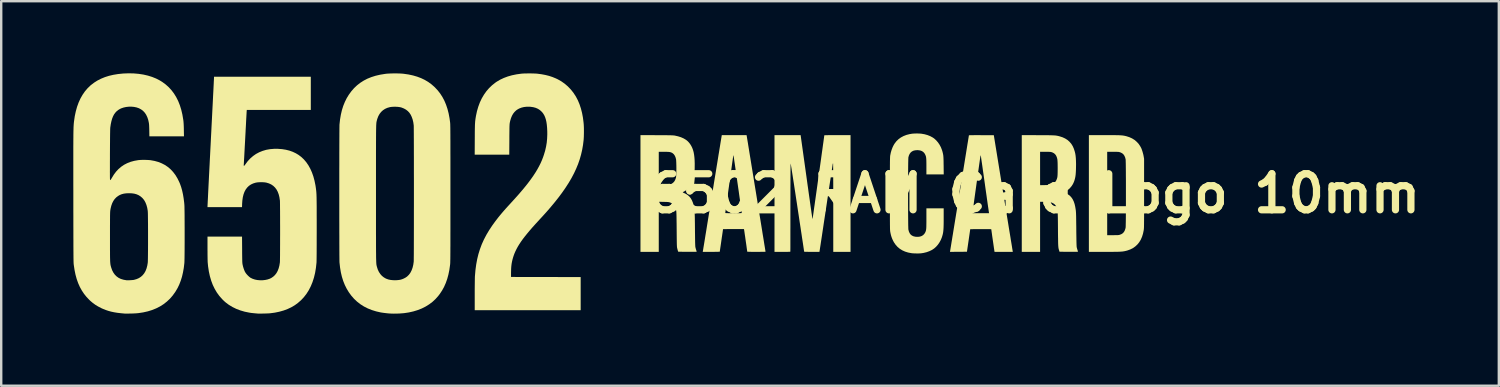
<source format=kicad_pcb>
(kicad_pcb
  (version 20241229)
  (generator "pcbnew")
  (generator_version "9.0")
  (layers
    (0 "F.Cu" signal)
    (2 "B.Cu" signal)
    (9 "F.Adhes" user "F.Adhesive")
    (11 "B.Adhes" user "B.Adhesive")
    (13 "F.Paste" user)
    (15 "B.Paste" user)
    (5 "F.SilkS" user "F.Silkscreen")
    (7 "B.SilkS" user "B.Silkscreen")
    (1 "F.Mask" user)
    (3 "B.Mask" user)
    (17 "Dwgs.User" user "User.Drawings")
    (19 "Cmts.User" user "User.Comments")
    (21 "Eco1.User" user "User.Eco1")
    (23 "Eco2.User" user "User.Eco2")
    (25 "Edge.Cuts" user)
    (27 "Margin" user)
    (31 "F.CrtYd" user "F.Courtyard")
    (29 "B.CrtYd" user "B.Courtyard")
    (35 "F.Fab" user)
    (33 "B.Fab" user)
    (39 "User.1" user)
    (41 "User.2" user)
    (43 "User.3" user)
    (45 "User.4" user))
  (footprint "6502 RAM Card Logo 10mm"
    (layer "F.Cu")
    (at 39.973 5)
    (property "Reference" "6502 RAM Card Logo 10mm" (at 0 0 0) (layer "F.SilkS") (effects (font (size 1.5 1.5) (thickness 0.3))))
    (attr board_only exclude_from_pos_files exclude_from_bom)
    (fp_poly (pts (xy 3.053 -2.428) (xy 3.167 -2.428) (xy 3.267 -2.428) (xy 3.354 -2.427) (xy 3.429 -2.426) (xy 3.494 -2.425) (xy 3.551 -2.423) (xy 3.599 -2.42) (xy 3.642 -2.417) (xy 3.679 -2.414) (xy 3.712 -2.409) (xy 3.744 -2.404) (xy 3.774 -2.398) (xy 3.805 -2.391) (xy 3.837 -2.383) (xy 3.839 -2.383) (xy 3.964 -2.343) (xy 4.078 -2.291) (xy 4.181 -2.227) (xy 4.272 -2.149) (xy 4.353 -2.06) (xy 4.421 -1.957) (xy 4.45 -1.905) (xy 4.47 -1.861) (xy 4.49 -1.805) (xy 4.511 -1.741) (xy 4.53 -1.674) (xy 4.547 -1.608) (xy 4.558 -1.551) (xy 4.577 -1.443) (xy 4.577 -0.008) (xy 4.577 0.175) (xy 4.577 0.342) (xy 4.577 0.493) (xy 4.577 0.631) (xy 4.577 0.754) (xy 4.577 0.865) (xy 4.577 0.963) (xy 4.576 1.05) (xy 4.576 1.127) (xy 4.575 1.194) (xy 4.575 1.252) (xy 4.574 1.302) (xy 4.573 1.345) (xy 4.573 1.381) (xy 4.572 1.412) (xy 4.57 1.438) (xy 4.569 1.46) (xy 4.568 1.478) (xy 4.566 1.494) (xy 4.564 1.509) (xy 4.562 1.523) (xy 4.562 1.527) (xy 4.532 1.671) (xy 4.492 1.801) (xy 4.44 1.92) (xy 4.376 2.026) (xy 4.301 2.119) (xy 4.215 2.2) (xy 4.117 2.269) (xy 4.007 2.326) (xy 3.886 2.37) (xy 3.839 2.383) (xy 3.806 2.391) (xy 3.775 2.398) (xy 3.745 2.404) (xy 3.714 2.409) (xy 3.68 2.414) (xy 3.643 2.417) (xy 3.601 2.42) (xy 3.553 2.423) (xy 3.497 2.425) (xy 3.432 2.426) (xy 3.357 2.427) (xy 3.271 2.428) (xy 3.171 2.428) (xy 3.058 2.428) (xy 2.929 2.428) (xy 2.923 2.428) (xy 2.28 2.428) (xy 2.28 0) (xy 3.042 0) (xy 3.042 1.735) (xy 3.276 1.735) (xy 3.346 1.734) (xy 3.403 1.734) (xy 3.447 1.733) (xy 3.481 1.732) (xy 3.508 1.73) (xy 3.529 1.727) (xy 3.548 1.723) (xy 3.567 1.717) (xy 3.634 1.691) (xy 3.689 1.655) (xy 3.734 1.607) (xy 3.769 1.548) (xy 3.796 1.474) (xy 3.809 1.419) (xy 3.81 1.401) (xy 3.812 1.368) (xy 3.813 1.321) (xy 3.814 1.259) (xy 3.816 1.186) (xy 3.817 1.101) (xy 3.818 1.006) (xy 3.819 0.901) (xy 3.819 0.789) (xy 3.82 0.67) (xy 3.82 0.546) (xy 3.821 0.416) (xy 3.821 0.283) (xy 3.821 0.148) (xy 3.821 0.012) (xy 3.821 -0.124) (xy 3.821 -0.26) (xy 3.821 -0.393) (xy 3.821 -0.523) (xy 3.82 -0.649) (xy 3.819 -0.769) (xy 3.819 -0.882) (xy 3.818 -0.988) (xy 3.817 -1.085) (xy 3.816 -1.172) (xy 3.815 -1.247) (xy 3.813 -1.311) (xy 3.812 -1.361) (xy 3.811 -1.397) (xy 3.809 -1.417) (xy 3.809 -1.419) (xy 3.788 -1.501) (xy 3.758 -1.569) (xy 3.72 -1.625) (xy 3.672 -1.668) (xy 3.612 -1.701) (xy 3.567 -1.717) (xy 3.548 -1.723) (xy 3.529 -1.727) (xy 3.507 -1.73) (xy 3.48 -1.732) (xy 3.446 -1.733) (xy 3.402 -1.734) (xy 3.346 -1.734) (xy 3.276 -1.735) (xy 3.042 -1.735) (xy 3.042 0) (xy 2.28 0) (xy 2.28 -2.428) (xy 2.923 -2.428)) (stroke (width 0) (type solid)) (fill yes) (layer "F.SilkS"))
    (fp_poly (pts (xy -2.28 -2.427) (xy -2.194 -2.426) (xy -1.675 -2.424) (xy -1.285 -0.025) (xy -1.252 0.174) (xy -1.221 0.369) (xy -1.19 0.559) (xy -1.16 0.744) (xy -1.131 0.923) (xy -1.103 1.094) (xy -1.076 1.259) (xy -1.051 1.415) (xy -1.027 1.562) (xy -1.004 1.699) (xy -0.983 1.826) (xy -0.965 1.943) (xy -0.947 2.047) (xy -0.932 2.14) (xy -0.919 2.22) (xy -0.909 2.286) (xy -0.9 2.337) (xy -0.894 2.374) (xy -0.891 2.396) (xy -0.89 2.401) (xy -0.885 2.428) (xy -1.265 2.428) (xy -1.644 2.428) (xy -1.649 2.405) (xy -1.651 2.393) (xy -1.655 2.366) (xy -1.661 2.326) (xy -1.669 2.276) (xy -1.677 2.217) (xy -1.687 2.15) (xy -1.697 2.079) (xy -1.708 2.004) (xy -1.719 1.927) (xy -1.73 1.852) (xy -1.741 1.778) (xy -1.75 1.709) (xy -1.759 1.646) (xy -1.767 1.591) (xy -1.773 1.546) (xy -1.778 1.512) (xy -1.781 1.492) (xy -1.781 1.488) (xy -1.789 1.486) (xy -1.813 1.485) (xy -1.85 1.484) (xy -1.9 1.483) (xy -1.961 1.483) (xy -2.032 1.482) (xy -2.11 1.482) (xy -2.194 1.483) (xy -2.218 1.483) (xy -2.656 1.485) (xy -2.724 1.954) (xy -2.793 2.424) (xy -3.146 2.426) (xy -3.5 2.429) (xy -3.495 2.405) (xy -3.493 2.394) (xy -3.489 2.367) (xy -3.482 2.325) (xy -3.473 2.269) (xy -3.461 2.199) (xy -3.448 2.117) (xy -3.433 2.023) (xy -3.415 1.918) (xy -3.397 1.803) (xy -3.376 1.679) (xy -3.355 1.546) (xy -3.332 1.406) (xy -3.308 1.258) (xy -3.283 1.105) (xy -3.257 0.946) (xy -3.237 0.821) (xy -2.565 0.821) (xy -2.219 0.821) (xy -1.873 0.821) (xy -1.878 0.797) (xy -1.879 0.786) (xy -1.883 0.76) (xy -1.889 0.718) (xy -1.897 0.663) (xy -1.907 0.594) (xy -1.919 0.514) (xy -1.932 0.423) (xy -1.946 0.322) (xy -1.962 0.212) (xy -1.978 0.094) (xy -1.996 -0.031) (xy -2.015 -0.163) (xy -2.034 -0.299) (xy -2.048 -0.402) (xy -2.068 -0.541) (xy -2.087 -0.675) (xy -2.105 -0.804) (xy -2.123 -0.926) (xy -2.139 -1.041) (xy -2.154 -1.148) (xy -2.168 -1.245) (xy -2.181 -1.331) (xy -2.192 -1.407) (xy -2.201 -1.47) (xy -2.208 -1.52) (xy -2.214 -1.556) (xy -2.217 -1.576) (xy -2.218 -1.582) (xy -2.226 -1.58) (xy -2.227 -1.579) (xy -2.229 -1.57) (xy -2.233 -1.545) (xy -2.239 -1.506) (xy -2.247 -1.452) (xy -2.257 -1.386) (xy -2.268 -1.307) (xy -2.281 -1.218) (xy -2.295 -1.118) (xy -2.31 -1.01) (xy -2.327 -0.893) (xy -2.344 -0.769) (xy -2.362 -0.638) (xy -2.381 -0.503) (xy -2.396 -0.399) (xy -2.415 -0.26) (xy -2.434 -0.125) (xy -2.452 0.004) (xy -2.469 0.128) (xy -2.485 0.243) (xy -2.5 0.351) (xy -2.513 0.45) (xy -2.526 0.538) (xy -2.536 0.615) (xy -2.545 0.679) (xy -2.552 0.731) (xy -2.558 0.769) (xy -2.561 0.791) (xy -2.562 0.797) (xy -2.565 0.821) (xy -3.237 0.821) (xy -3.23 0.782) (xy -3.203 0.615) (xy -3.176 0.445) (xy -3.148 0.273) (xy -3.119 0.099) (xy -3.091 -0.075) (xy -3.063 -0.248) (xy -3.035 -0.421) (xy -3.007 -0.592) (xy -2.98 -0.759) (xy -2.953 -0.924) (xy -2.927 -1.084) (xy -2.902 -1.239) (xy -2.878 -1.388) (xy -2.855 -1.53) (xy -2.833 -1.664) (xy -2.813 -1.79) (xy -2.794 -1.908) (xy -2.777 -2.015) (xy -2.761 -2.111) (xy -2.747 -2.196) (xy -2.736 -2.268) (xy -2.726 -2.327) (xy -2.719 -2.372) (xy -2.714 -2.402) (xy -2.712 -2.417) (xy -2.712 -2.418) (xy -2.708 -2.421) (xy -2.695 -2.422) (xy -2.672 -2.424) (xy -2.639 -2.425) (xy -2.594 -2.426) (xy -2.537 -2.426) (xy -2.466 -2.427) (xy -2.381 -2.427)) (stroke (width 0) (type solid)) (fill yes) (layer "F.SilkS"))
    (fp_poly (pts (xy 0.163 -2.426) (xy 0.291 -2.426) (xy 0.403 -2.425) (xy 0.501 -2.424) (xy 0.585 -2.424) (xy 0.659 -2.423) (xy 0.721 -2.421) (xy 0.775 -2.42) (xy 0.821 -2.417) (xy 0.86 -2.415) (xy 0.895 -2.412) (xy 0.925 -2.408) (xy 0.953 -2.403) (xy 0.98 -2.398) (xy 1.006 -2.392) (xy 1.035 -2.385) (xy 1.064 -2.377) (xy 1.185 -2.338) (xy 1.293 -2.288) (xy 1.389 -2.227) (xy 1.472 -2.154) (xy 1.545 -2.07) (xy 1.606 -1.973) (xy 1.655 -1.863) (xy 1.694 -1.741) (xy 1.713 -1.663) (xy 1.727 -1.576) (xy 1.737 -1.473) (xy 1.743 -1.355) (xy 1.746 -1.222) (xy 1.744 -1.074) (xy 1.744 -1.066) (xy 1.741 -0.96) (xy 1.736 -0.869) (xy 1.73 -0.789) (xy 1.721 -0.718) (xy 1.709 -0.654) (xy 1.694 -0.593) (xy 1.676 -0.533) (xy 1.657 -0.48) (xy 1.616 -0.392) (xy 1.562 -0.307) (xy 1.497 -0.23) (xy 1.425 -0.162) (xy 1.346 -0.106) (xy 1.284 -0.073) (xy 1.259 -0.06) (xy 1.25 -0.049) (xy 1.256 -0.04) (xy 1.271 -0.033) (xy 1.36 0.008) (xy 1.438 0.056) (xy 1.506 0.111) (xy 1.563 0.176) (xy 1.612 0.252) (xy 1.653 0.339) (xy 1.686 0.438) (xy 1.712 0.552) (xy 1.731 0.668) (xy 1.735 0.693) (xy 1.738 0.718) (xy 1.74 0.744) (xy 1.742 0.772) (xy 1.744 0.804) (xy 1.746 0.842) (xy 1.747 0.885) (xy 1.749 0.936) (xy 1.75 0.996) (xy 1.751 1.066) (xy 1.752 1.148) (xy 1.753 1.243) (xy 1.755 1.352) (xy 1.756 1.476) (xy 1.756 1.489) (xy 1.757 1.626) (xy 1.759 1.75) (xy 1.761 1.861) (xy 1.762 1.959) (xy 1.764 2.042) (xy 1.766 2.111) (xy 1.768 2.165) (xy 1.77 2.203) (xy 1.772 2.225) (xy 1.772 2.227) (xy 1.78 2.261) (xy 1.791 2.303) (xy 1.805 2.348) (xy 1.818 2.388) (xy 1.827 2.414) (xy 1.828 2.417) (xy 1.826 2.42) (xy 1.82 2.422) (xy 1.809 2.424) (xy 1.79 2.425) (xy 1.763 2.426) (xy 1.727 2.427) (xy 1.679 2.427) (xy 1.619 2.427) (xy 1.545 2.427) (xy 1.455 2.426) (xy 1.446 2.426) (xy 1.058 2.424) (xy 1.043 2.373) (xy 1.035 2.349) (xy 1.029 2.327) (xy 1.023 2.306) (xy 1.018 2.284) (xy 1.014 2.26) (xy 1.011 2.234) (xy 1.008 2.203) (xy 1.005 2.167) (xy 1.003 2.124) (xy 1.001 2.074) (xy 1 2.014) (xy 0.999 1.944) (xy 0.998 1.862) (xy 0.996 1.768) (xy 0.995 1.659) (xy 0.994 1.536) (xy 0.994 1.493) (xy 0.993 1.365) (xy 0.992 1.252) (xy 0.991 1.153) (xy 0.99 1.068) (xy 0.989 0.995) (xy 0.987 0.934) (xy 0.986 0.882) (xy 0.985 0.84) (xy 0.983 0.805) (xy 0.981 0.776) (xy 0.979 0.753) (xy 0.977 0.735) (xy 0.975 0.719) (xy 0.974 0.717) (xy 0.955 0.632) (xy 0.931 0.562) (xy 0.9 0.504) (xy 0.862 0.458) (xy 0.814 0.42) (xy 0.756 0.39) (xy 0.706 0.371) (xy 0.687 0.365) (xy 0.667 0.36) (xy 0.643 0.357) (xy 0.614 0.354) (xy 0.576 0.352) (xy 0.527 0.351) (xy 0.464 0.349) (xy 0.451 0.349) (xy 0.25 0.345) (xy 0.25 1.387) (xy 0.25 2.428) (xy -0.131 2.428) (xy -0.512 2.428) (xy -0.512 -0.000421) (xy -0.512 -1.04) (xy 0.25 -1.04) (xy 0.25 -0.345) (xy 0.451 -0.349) (xy 0.52 -0.351) (xy 0.574 -0.353) (xy 0.617 -0.355) (xy 0.65 -0.358) (xy 0.675 -0.362) (xy 0.695 -0.367) (xy 0.698 -0.368) (xy 0.774 -0.398) (xy 0.836 -0.438) (xy 0.887 -0.489) (xy 0.926 -0.551) (xy 0.955 -0.626) (xy 0.966 -0.668) (xy 0.971 -0.698) (xy 0.975 -0.742) (xy 0.978 -0.797) (xy 0.98 -0.862) (xy 0.981 -0.933) (xy 0.982 -1.008) (xy 0.982 -1.085) (xy 0.981 -1.161) (xy 0.98 -1.233) (xy 0.978 -1.298) (xy 0.975 -1.355) (xy 0.971 -1.4) (xy 0.967 -1.432) (xy 0.967 -1.433) (xy 0.944 -1.514) (xy 0.914 -1.58) (xy 0.875 -1.633) (xy 0.826 -1.675) (xy 0.766 -1.706) (xy 0.733 -1.718) (xy 0.715 -1.723) (xy 0.695 -1.727) (xy 0.673 -1.73) (xy 0.645 -1.732) (xy 0.608 -1.733) (xy 0.561 -1.734) (xy 0.501 -1.734) (xy 0.464 -1.735) (xy 0.25 -1.735) (xy 0.25 -1.04) (xy -0.512 -1.04) (xy -0.512 -2.429)) (stroke (width 0) (type solid)) (fill yes) (layer "F.SilkS"))
    (fp_poly (pts (xy -15.702 -2.426) (xy -15.576 -2.426) (xy -15.467 -2.425) (xy -15.372 -2.424) (xy -15.29 -2.424) (xy -15.221 -2.423) (xy -15.162 -2.422) (xy -15.113 -2.421) (xy -15.072 -2.42) (xy -15.039 -2.418) (xy -15.011 -2.416) (xy -14.988 -2.414) (xy -14.969 -2.412) (xy -14.952 -2.41) (xy -14.946 -2.409) (xy -14.811 -2.378) (xy -14.688 -2.339) (xy -14.58 -2.291) (xy -14.485 -2.234) (xy -14.405 -2.169) (xy -14.358 -2.118) (xy -14.306 -2.05) (xy -14.261 -1.977) (xy -14.223 -1.899) (xy -14.191 -1.814) (xy -14.165 -1.721) (xy -14.146 -1.619) (xy -14.132 -1.505) (xy -14.123 -1.38) (xy -14.119 -1.241) (xy -14.12 -1.087) (xy -14.12 -1.053) (xy -14.124 -0.942) (xy -14.13 -0.845) (xy -14.138 -0.76) (xy -14.149 -0.685) (xy -14.164 -0.616) (xy -14.182 -0.551) (xy -14.204 -0.489) (xy -14.211 -0.471) (xy -14.259 -0.373) (xy -14.321 -0.282) (xy -14.395 -0.202) (xy -14.478 -0.133) (xy -14.57 -0.078) (xy -14.585 -0.071) (xy -14.608 -0.058) (xy -14.615 -0.048) (xy -14.606 -0.039) (xy -14.593 -0.033) (xy -14.497 0.012) (xy -14.414 0.065) (xy -14.343 0.127) (xy -14.284 0.2) (xy -14.235 0.285) (xy -14.195 0.383) (xy -14.177 0.441) (xy -14.167 0.478) (xy -14.158 0.513) (xy -14.151 0.547) (xy -14.144 0.583) (xy -14.138 0.62) (xy -14.133 0.661) (xy -14.128 0.706) (xy -14.124 0.758) (xy -14.121 0.816) (xy -14.119 0.883) (xy -14.116 0.959) (xy -14.114 1.046) (xy -14.113 1.145) (xy -14.111 1.258) (xy -14.11 1.386) (xy -14.109 1.493) (xy -14.108 1.621) (xy -14.106 1.732) (xy -14.105 1.83) (xy -14.104 1.913) (xy -14.103 1.984) (xy -14.102 2.044) (xy -14.1 2.094) (xy -14.099 2.135) (xy -14.097 2.168) (xy -14.096 2.195) (xy -14.094 2.216) (xy -14.091 2.232) (xy -14.089 2.246) (xy -14.088 2.248) (xy -14.071 2.312) (xy -14.05 2.377) (xy -14.037 2.414) (xy -14.036 2.417) (xy -14.038 2.42) (xy -14.044 2.422) (xy -14.056 2.424) (xy -14.074 2.425) (xy -14.101 2.426) (xy -14.138 2.427) (xy -14.185 2.427) (xy -14.246 2.427) (xy -14.32 2.427) (xy -14.409 2.426) (xy -14.418 2.426) (xy -14.805 2.424) (xy -14.817 2.39) (xy -14.825 2.366) (xy -14.834 2.332) (xy -14.844 2.294) (xy -14.846 2.284) (xy -14.85 2.271) (xy -14.852 2.257) (xy -14.855 2.242) (xy -14.857 2.224) (xy -14.859 2.202) (xy -14.86 2.175) (xy -14.862 2.142) (xy -14.863 2.101) (xy -14.864 2.051) (xy -14.865 1.992) (xy -14.866 1.922) (xy -14.867 1.84) (xy -14.868 1.744) (xy -14.869 1.634) (xy -14.87 1.509) (xy -14.87 1.502) (xy -14.871 1.372) (xy -14.872 1.258) (xy -14.874 1.159) (xy -14.875 1.073) (xy -14.876 0.999) (xy -14.877 0.937) (xy -14.878 0.885) (xy -14.88 0.842) (xy -14.881 0.806) (xy -14.883 0.777) (xy -14.885 0.754) (xy -14.887 0.735) (xy -14.89 0.719) (xy -14.89 0.717) (xy -14.91 0.632) (xy -14.934 0.562) (xy -14.964 0.504) (xy -15.003 0.458) (xy -15.05 0.42) (xy -15.109 0.389) (xy -15.158 0.371) (xy -15.178 0.365) (xy -15.198 0.36) (xy -15.221 0.357) (xy -15.251 0.354) (xy -15.289 0.352) (xy -15.338 0.351) (xy -15.401 0.349) (xy -15.414 0.349) (xy -15.615 0.345) (xy -15.615 1.387) (xy -15.615 2.428) (xy -15.996 2.428) (xy -16.376 2.428) (xy -16.376 -0.000421) (xy -16.376 -1.04) (xy -15.615 -1.04) (xy -15.615 -0.345) (xy -15.414 -0.349) (xy -15.345 -0.351) (xy -15.29 -0.353) (xy -15.248 -0.355) (xy -15.215 -0.358) (xy -15.19 -0.362) (xy -15.17 -0.367) (xy -15.166 -0.368) (xy -15.09 -0.399) (xy -15.027 -0.44) (xy -14.976 -0.491) (xy -14.937 -0.555) (xy -14.908 -0.632) (xy -14.898 -0.668) (xy -14.894 -0.698) (xy -14.89 -0.742) (xy -14.887 -0.797) (xy -14.885 -0.862) (xy -14.883 -0.933) (xy -14.882 -1.008) (xy -14.882 -1.085) (xy -14.883 -1.161) (xy -14.885 -1.233) (xy -14.887 -1.298) (xy -14.89 -1.355) (xy -14.893 -1.401) (xy -14.898 -1.432) (xy -14.898 -1.433) (xy -14.921 -1.514) (xy -14.953 -1.582) (xy -14.994 -1.638) (xy -15.043 -1.679) (xy -15.064 -1.692) (xy -15.091 -1.704) (xy -15.118 -1.714) (xy -15.147 -1.722) (xy -15.181 -1.727) (xy -15.223 -1.731) (xy -15.275 -1.733) (xy -15.339 -1.734) (xy -15.405 -1.735) (xy -15.615 -1.735) (xy -15.615 -1.04) (xy -16.376 -1.04) (xy -16.376 -2.429)) (stroke (width 0) (type solid)) (fill yes) (layer "F.SilkS"))
    (fp_poly (pts (xy -20.916 -4.995) (xy -20.841 -4.993) (xy -20.772 -4.991) (xy -20.714 -4.988) (xy -20.675 -4.985) (xy -20.498 -4.962) (xy -20.334 -4.931) (xy -20.181 -4.893) (xy -20.036 -4.845) (xy -19.897 -4.788) (xy -19.817 -4.75) (xy -19.67 -4.667) (xy -19.531 -4.569) (xy -19.401 -4.458) (xy -19.281 -4.334) (xy -19.172 -4.199) (xy -19.075 -4.052) (xy -19.06 -4.027) (xy -18.981 -3.877) (xy -18.913 -3.714) (xy -18.855 -3.539) (xy -18.807 -3.353) (xy -18.77 -3.157) (xy -18.744 -2.952) (xy -18.737 -2.877) (xy -18.733 -2.805) (xy -18.73 -2.721) (xy -18.729 -2.63) (xy -18.729 -2.536) (xy -18.731 -2.443) (xy -18.733 -2.355) (xy -18.738 -2.276) (xy -18.741 -2.229) (xy -18.766 -2.023) (xy -18.801 -1.821) (xy -18.847 -1.621) (xy -18.903 -1.424) (xy -18.971 -1.228) (xy -19.051 -1.033) (xy -19.143 -0.836) (xy -19.247 -0.639) (xy -19.365 -0.439) (xy -19.496 -0.236) (xy -19.641 -0.028) (xy -19.8 0.184) (xy -19.974 0.402) (xy -20.041 0.482) (xy -20.107 0.561) (xy -20.171 0.636) (xy -20.236 0.711) (xy -20.304 0.788) (xy -20.377 0.869) (xy -20.456 0.956) (xy -20.545 1.052) (xy -20.59 1.101) (xy -20.732 1.256) (xy -20.862 1.4) (xy -20.98 1.536) (xy -21.086 1.663) (xy -21.183 1.783) (xy -21.27 1.896) (xy -21.347 2.004) (xy -21.416 2.108) (xy -21.477 2.208) (xy -21.53 2.305) (xy -21.577 2.4) (xy -21.618 2.494) (xy -21.653 2.589) (xy -21.683 2.684) (xy -21.702 2.754) (xy -21.723 2.845) (xy -21.739 2.936) (xy -21.75 3.029) (xy -21.757 3.131) (xy -21.76 3.244) (xy -21.761 3.274) (xy -21.762 3.473) (xy -20.313 3.475) (xy -18.864 3.478) (xy -18.864 4.167) (xy -18.864 4.857) (xy -21.068 4.857) (xy -23.272 4.857) (xy -23.272 4.21) (xy -23.272 4.103) (xy -23.272 3.998) (xy -23.271 3.897) (xy -23.27 3.801) (xy -23.269 3.712) (xy -23.268 3.632) (xy -23.267 3.562) (xy -23.266 3.505) (xy -23.265 3.461) (xy -23.263 3.434) (xy -23.242 3.188) (xy -23.211 2.956) (xy -23.17 2.734) (xy -23.118 2.521) (xy -23.054 2.315) (xy -22.979 2.114) (xy -22.89 1.917) (xy -22.788 1.721) (xy -22.671 1.526) (xy -22.54 1.328) (xy -22.43 1.176) (xy -22.363 1.088) (xy -22.296 1.001) (xy -22.226 0.915) (xy -22.152 0.826) (xy -22.073 0.734) (xy -21.987 0.636) (xy -21.892 0.531) (xy -21.786 0.416) (xy -21.762 0.389) (xy -21.594 0.205) (xy -21.439 0.031) (xy -21.296 -0.136) (xy -21.165 -0.294) (xy -21.046 -0.445) (xy -20.937 -0.591) (xy -20.838 -0.731) (xy -20.749 -0.867) (xy -20.669 -0.999) (xy -20.598 -1.128) (xy -20.534 -1.255) (xy -20.478 -1.381) (xy -20.429 -1.507) (xy -20.393 -1.612) (xy -20.342 -1.782) (xy -20.304 -1.948) (xy -20.276 -2.113) (xy -20.26 -2.282) (xy -20.253 -2.458) (xy -20.254 -2.589) (xy -20.261 -2.734) (xy -20.273 -2.864) (xy -20.29 -2.979) (xy -20.314 -3.083) (xy -20.344 -3.174) (xy -20.38 -3.255) (xy -20.424 -3.327) (xy -20.474 -3.391) (xy -20.484 -3.4) (xy -20.558 -3.468) (xy -20.641 -3.522) (xy -20.734 -3.563) (xy -20.837 -3.591) (xy -20.951 -3.607) (xy -20.988 -3.61) (xy -21.109 -3.61) (xy -21.224 -3.597) (xy -21.33 -3.571) (xy -21.427 -3.533) (xy -21.513 -3.483) (xy -21.55 -3.455) (xy -21.617 -3.391) (xy -21.675 -3.317) (xy -21.723 -3.232) (xy -21.763 -3.135) (xy -21.796 -3.023) (xy -21.81 -2.959) (xy -21.814 -2.942) (xy -21.816 -2.925) (xy -21.819 -2.906) (xy -21.821 -2.885) (xy -21.823 -2.86) (xy -21.824 -2.83) (xy -21.826 -2.794) (xy -21.827 -2.749) (xy -21.828 -2.695) (xy -21.828 -2.631) (xy -21.829 -2.556) (xy -21.83 -2.467) (xy -21.831 -2.364) (xy -21.831 -2.245) (xy -21.831 -2.244) (xy -21.835 -1.616) (xy -22.554 -1.616) (xy -23.273 -1.616) (xy -23.27 -2.257) (xy -23.269 -2.384) (xy -23.269 -2.495) (xy -23.268 -2.592) (xy -23.267 -2.677) (xy -23.265 -2.751) (xy -23.264 -2.815) (xy -23.262 -2.872) (xy -23.259 -2.922) (xy -23.256 -2.967) (xy -23.253 -3.009) (xy -23.248 -3.048) (xy -23.243 -3.088) (xy -23.237 -3.128) (xy -23.23 -3.171) (xy -23.222 -3.217) (xy -23.221 -3.224) (xy -23.179 -3.423) (xy -23.124 -3.611) (xy -23.058 -3.789) (xy -22.979 -3.956) (xy -22.888 -4.111) (xy -22.786 -4.255) (xy -22.672 -4.387) (xy -22.546 -4.507) (xy -22.41 -4.614) (xy -22.358 -4.65) (xy -22.216 -4.734) (xy -22.063 -4.806) (xy -21.898 -4.868) (xy -21.721 -4.918) (xy -21.532 -4.957) (xy -21.33 -4.985) (xy -21.326 -4.985) (xy -21.28 -4.989) (xy -21.221 -4.992) (xy -21.151 -4.994) (xy -21.075 -4.995) (xy -20.995 -4.995)) (stroke (width 0) (type solid)) (fill yes) (layer "F.SilkS"))
    (fp_poly (pts (xy -9.47 -0.693) (xy -9.447 -0.524) (xy -9.424 -0.359) (xy -9.401 -0.199) (xy -9.38 -0.046) (xy -9.359 0.101) (xy -9.339 0.24) (xy -9.321 0.371) (xy -9.304 0.493) (xy -9.288 0.605) (xy -9.273 0.706) (xy -9.261 0.795) (xy -9.249 0.872) (xy -9.24 0.936) (xy -9.233 0.987) (xy -9.227 1.022) (xy -9.224 1.043) (xy -9.223 1.047) (xy -9.215 1.048) (xy -9.214 1.048) (xy -9.213 1.039) (xy -9.209 1.015) (xy -9.204 0.976) (xy -9.196 0.923) (xy -9.186 0.857) (xy -9.175 0.779) (xy -9.163 0.69) (xy -9.149 0.591) (xy -9.133 0.482) (xy -9.117 0.366) (xy -9.099 0.242) (xy -9.081 0.112) (xy -9.062 -0.023) (xy -9.042 -0.163) (xy -9.022 -0.306) (xy -9.002 -0.452) (xy -8.981 -0.599) (xy -8.96 -0.746) (xy -8.94 -0.894) (xy -8.919 -1.04) (xy -8.899 -1.183) (xy -8.879 -1.324) (xy -8.86 -1.46) (xy -8.842 -1.591) (xy -8.825 -1.716) (xy -8.808 -1.834) (xy -8.793 -1.944) (xy -8.779 -2.045) (xy -8.766 -2.136) (xy -8.755 -2.216) (xy -8.746 -2.284) (xy -8.738 -2.34) (xy -8.733 -2.382) (xy -8.729 -2.409) (xy -8.728 -2.42) (xy -8.728 -2.421) (xy -8.719 -2.422) (xy -8.695 -2.423) (xy -8.656 -2.425) (xy -8.604 -2.426) (xy -8.539 -2.427) (xy -8.463 -2.427) (xy -8.377 -2.428) (xy -8.281 -2.428) (xy -8.182 -2.428) (xy -7.636 -2.428) (xy -7.636 0) (xy -7.636 2.428) (xy -7.996 2.428) (xy -8.355 2.428) (xy -8.355 0.588) (xy -8.355 0.357) (xy -8.355 0.142) (xy -8.356 -0.059) (xy -8.356 -0.245) (xy -8.356 -0.416) (xy -8.357 -0.571) (xy -8.357 -0.711) (xy -8.358 -0.835) (xy -8.358 -0.943) (xy -8.359 -1.036) (xy -8.36 -1.112) (xy -8.361 -1.172) (xy -8.361 -1.215) (xy -8.362 -1.242) (xy -8.363 -1.252) (xy -8.364 -1.252) (xy -8.372 -1.245) (xy -8.376 -1.233) (xy -8.378 -1.223) (xy -8.382 -1.197) (xy -8.388 -1.156) (xy -8.396 -1.1) (xy -8.407 -1.031) (xy -8.419 -0.949) (xy -8.434 -0.855) (xy -8.45 -0.749) (xy -8.467 -0.633) (xy -8.486 -0.507) (xy -8.507 -0.372) (xy -8.528 -0.229) (xy -8.551 -0.079) (xy -8.574 0.079) (xy -8.599 0.242) (xy -8.624 0.41) (xy -8.65 0.582) (xy -8.651 0.588) (xy -8.677 0.761) (xy -8.702 0.929) (xy -8.727 1.092) (xy -8.751 1.25) (xy -8.773 1.4) (xy -8.795 1.544) (xy -8.815 1.679) (xy -8.834 1.805) (xy -8.852 1.922) (xy -8.868 2.027) (xy -8.882 2.122) (xy -8.895 2.205) (xy -8.906 2.274) (xy -8.914 2.33) (xy -8.921 2.372) (xy -8.925 2.399) (xy -8.926 2.409) (xy -8.926 2.409) (xy -8.931 2.428) (xy -9.248 2.428) (xy -9.319 2.428) (xy -9.385 2.428) (xy -9.444 2.427) (xy -9.493 2.426) (xy -9.531 2.425) (xy -9.556 2.424) (xy -9.566 2.422) (xy -9.566 2.422) (xy -9.567 2.413) (xy -9.571 2.388) (xy -9.577 2.348) (xy -9.585 2.294) (xy -9.595 2.226) (xy -9.607 2.145) (xy -9.621 2.051) (xy -9.637 1.947) (xy -9.655 1.831) (xy -9.673 1.706) (xy -9.694 1.572) (xy -9.715 1.429) (xy -9.738 1.279) (xy -9.762 1.122) (xy -9.786 0.958) (xy -9.812 0.79) (xy -9.838 0.617) (xy -9.843 0.585) (xy -9.873 0.383) (xy -9.903 0.19) (xy -9.93 0.008) (xy -9.957 -0.164) (xy -9.981 -0.326) (xy -10.004 -0.476) (xy -10.026 -0.614) (xy -10.045 -0.739) (xy -10.063 -0.852) (xy -10.079 -0.952) (xy -10.092 -1.038) (xy -10.104 -1.109) (xy -10.113 -1.166) (xy -10.12 -1.207) (xy -10.125 -1.233) (xy -10.128 -1.243) (xy -10.128 -1.243) (xy -10.129 -1.234) (xy -10.13 -1.208) (xy -10.131 -1.166) (xy -10.132 -1.106) (xy -10.133 -1.03) (xy -10.134 -0.937) (xy -10.134 -0.828) (xy -10.135 -0.702) (xy -10.136 -0.56) (xy -10.136 -0.401) (xy -10.137 -0.226) (xy -10.137 -0.034) (xy -10.137 0.174) (xy -10.138 0.398) (xy -10.138 0.58) (xy -10.138 0.754) (xy -10.138 0.924) (xy -10.138 1.089) (xy -10.138 1.248) (xy -10.138 1.4) (xy -10.139 1.544) (xy -10.139 1.68) (xy -10.139 1.808) (xy -10.139 1.925) (xy -10.139 2.031) (xy -10.139 2.127) (xy -10.139 2.209) (xy -10.139 2.279) (xy -10.14 2.336) (xy -10.14 2.377) (xy -10.14 2.403) (xy -10.14 2.413) (xy -10.14 2.414) (xy -10.141 2.417) (xy -10.145 2.42) (xy -10.153 2.423) (xy -10.167 2.425) (xy -10.189 2.426) (xy -10.219 2.427) (xy -10.261 2.428) (xy -10.314 2.428) (xy -10.381 2.428) (xy -10.463 2.428) (xy -10.471 2.428) (xy -10.8 2.428) (xy -10.8 0) (xy -10.8 -2.428) (xy -10.257 -2.428) (xy -9.713 -2.428)) (stroke (width 0) (type solid)) (fill yes) (layer "F.SilkS"))
    (fp_poly (pts (xy -4.848 -2.496) (xy -4.785 -2.494) (xy -4.729 -2.491) (xy -4.686 -2.487) (xy -4.554 -2.464) (xy -4.431 -2.429) (xy -4.318 -2.384) (xy -4.217 -2.329) (xy -4.157 -2.288) (xy -4.074 -2.213) (xy -3.998 -2.125) (xy -3.931 -2.026) (xy -3.874 -1.918) (xy -3.83 -1.802) (xy -3.813 -1.747) (xy -3.803 -1.707) (xy -3.794 -1.671) (xy -3.787 -1.637) (xy -3.781 -1.603) (xy -3.776 -1.567) (xy -3.773 -1.527) (xy -3.77 -1.482) (xy -3.768 -1.428) (xy -3.766 -1.364) (xy -3.765 -1.288) (xy -3.764 -1.197) (xy -3.763 -1.166) (xy -3.759 -0.795) (xy -4.12 -0.795) (xy -4.48 -0.795) (xy -4.48 -1.121) (xy -4.48 -1.214) (xy -4.481 -1.292) (xy -4.482 -1.357) (xy -4.484 -1.41) (xy -4.487 -1.455) (xy -4.491 -1.492) (xy -4.496 -1.523) (xy -4.503 -1.551) (xy -4.512 -1.577) (xy -4.523 -1.603) (xy -4.53 -1.619) (xy -4.566 -1.681) (xy -4.614 -1.73) (xy -4.672 -1.767) (xy -4.742 -1.791) (xy -4.824 -1.802) (xy -4.861 -1.803) (xy -4.947 -1.797) (xy -5.021 -1.779) (xy -5.084 -1.747) (xy -5.136 -1.703) (xy -5.178 -1.645) (xy -5.21 -1.574) (xy -5.229 -1.505) (xy -5.231 -1.489) (xy -5.232 -1.456) (xy -5.234 -1.409) (xy -5.235 -1.347) (xy -5.237 -1.274) (xy -5.238 -1.189) (xy -5.239 -1.093) (xy -5.24 -0.988) (xy -5.241 -0.875) (xy -5.241 -0.755) (xy -5.242 -0.629) (xy -5.242 -0.497) (xy -5.243 -0.362) (xy -5.243 -0.224) (xy -5.243 -0.084) (xy -5.243 0.056) (xy -5.243 0.196) (xy -5.243 0.335) (xy -5.243 0.471) (xy -5.242 0.603) (xy -5.242 0.73) (xy -5.241 0.852) (xy -5.24 0.966) (xy -5.239 1.073) (xy -5.238 1.17) (xy -5.237 1.257) (xy -5.236 1.333) (xy -5.234 1.397) (xy -5.233 1.447) (xy -5.231 1.482) (xy -5.23 1.502) (xy -5.229 1.504) (xy -5.207 1.586) (xy -5.175 1.654) (xy -5.135 1.708) (xy -5.084 1.749) (xy -5.022 1.779) (xy -4.949 1.797) (xy -4.918 1.801) (xy -4.829 1.804) (xy -4.749 1.794) (xy -4.678 1.77) (xy -4.618 1.733) (xy -4.568 1.683) (xy -4.529 1.621) (xy -4.516 1.591) (xy -4.508 1.569) (xy -4.501 1.548) (xy -4.496 1.525) (xy -4.492 1.499) (xy -4.488 1.468) (xy -4.485 1.431) (xy -4.483 1.385) (xy -4.482 1.33) (xy -4.481 1.264) (xy -4.48 1.185) (xy -4.48 1.092) (xy -4.48 1.031) (xy -4.48 0.618) (xy -4.121 0.618) (xy -3.761 0.618) (xy -3.761 1.024) (xy -3.761 1.143) (xy -3.762 1.246) (xy -3.764 1.337) (xy -3.766 1.415) (xy -3.77 1.484) (xy -3.775 1.544) (xy -3.781 1.599) (xy -3.789 1.648) (xy -3.799 1.695) (xy -3.811 1.741) (xy -3.825 1.787) (xy -3.834 1.818) (xy -3.878 1.928) (xy -3.935 2.033) (xy -4.002 2.131) (xy -4.078 2.217) (xy -4.159 2.289) (xy -4.249 2.349) (xy -4.353 2.399) (xy -4.468 2.441) (xy -4.593 2.472) (xy -4.686 2.487) (xy -4.73 2.491) (xy -4.787 2.494) (xy -4.852 2.495) (xy -4.919 2.494) (xy -4.985 2.492) (xy -5.045 2.489) (xy -5.094 2.484) (xy -5.102 2.483) (xy -5.239 2.457) (xy -5.366 2.418) (xy -5.481 2.366) (xy -5.585 2.302) (xy -5.678 2.225) (xy -5.759 2.135) (xy -5.829 2.034) (xy -5.865 1.967) (xy -5.901 1.89) (xy -5.929 1.816) (xy -5.953 1.739) (xy -5.973 1.653) (xy -5.984 1.595) (xy -5.986 1.584) (xy -5.987 1.571) (xy -5.989 1.557) (xy -5.99 1.54) (xy -5.992 1.519) (xy -5.993 1.495) (xy -5.994 1.465) (xy -5.995 1.43) (xy -5.995 1.388) (xy -5.996 1.339) (xy -5.997 1.282) (xy -5.997 1.216) (xy -5.998 1.14) (xy -5.998 1.054) (xy -5.998 0.957) (xy -5.998 0.848) (xy -5.999 0.727) (xy -5.999 0.591) (xy -5.999 0.442) (xy -5.999 0.278) (xy -5.999 0.098) (xy -5.999 0.004) (xy -5.999 -0.184) (xy -5.999 -0.355) (xy -5.999 -0.512) (xy -5.999 -0.654) (xy -5.999 -0.782) (xy -5.998 -0.897) (xy -5.998 -0.999) (xy -5.998 -1.09) (xy -5.998 -1.171) (xy -5.997 -1.242) (xy -5.997 -1.303) (xy -5.996 -1.356) (xy -5.995 -1.402) (xy -5.994 -1.44) (xy -5.993 -1.473) (xy -5.992 -1.5) (xy -5.991 -1.523) (xy -5.99 -1.542) (xy -5.988 -1.558) (xy -5.987 -1.572) (xy -5.985 -1.585) (xy -5.983 -1.594) (xy -5.96 -1.706) (xy -5.927 -1.816) (xy -5.888 -1.919) (xy -5.842 -2.013) (xy -5.802 -2.078) (xy -5.727 -2.175) (xy -5.64 -2.259) (xy -5.542 -2.33) (xy -5.432 -2.389) (xy -5.311 -2.436) (xy -5.179 -2.47) (xy -5.078 -2.487) (xy -5.034 -2.491) (xy -4.977 -2.494) (xy -4.914 -2.496)) (stroke (width 0) (type solid)) (fill yes) (layer "F.SilkS"))
    (fp_poly (pts (xy -11.957 -2.401) (xy -11.955 -2.388) (xy -11.95 -2.36) (xy -11.943 -2.317) (xy -11.934 -2.26) (xy -11.922 -2.19) (xy -11.908 -2.107) (xy -11.893 -2.012) (xy -11.876 -1.907) (xy -11.857 -1.791) (xy -11.837 -1.666) (xy -11.815 -1.533) (xy -11.792 -1.392) (xy -11.768 -1.244) (xy -11.743 -1.09) (xy -11.717 -0.931) (xy -11.69 -0.767) (xy -11.663 -0.6) (xy -11.636 -0.43) (xy -11.608 -0.258) (xy -11.579 -0.084) (xy -11.551 0.09) (xy -11.523 0.263) (xy -11.495 0.436) (xy -11.467 0.606) (xy -11.44 0.774) (xy -11.413 0.938) (xy -11.387 1.097) (xy -11.362 1.252) (xy -11.338 1.4) (xy -11.315 1.542) (xy -11.294 1.676) (xy -11.273 1.801) (xy -11.254 1.918) (xy -11.237 2.024) (xy -11.222 2.12) (xy -11.208 2.204) (xy -11.196 2.275) (xy -11.187 2.334) (xy -11.18 2.378) (xy -11.175 2.407) (xy -11.173 2.421) (xy -11.173 2.422) (xy -11.181 2.423) (xy -11.204 2.425) (xy -11.241 2.426) (xy -11.29 2.427) (xy -11.349 2.427) (xy -11.417 2.428) (xy -11.491 2.428) (xy -11.554 2.428) (xy -11.658 2.428) (xy -11.745 2.428) (xy -11.815 2.427) (xy -11.87 2.425) (xy -11.907 2.424) (xy -11.929 2.422) (xy -11.934 2.42) (xy -11.935 2.409) (xy -11.939 2.384) (xy -11.944 2.346) (xy -11.951 2.297) (xy -11.959 2.239) (xy -11.968 2.173) (xy -11.978 2.102) (xy -11.989 2.028) (xy -12 1.951) (xy -12.011 1.875) (xy -12.021 1.801) (xy -12.032 1.731) (xy -12.041 1.667) (xy -12.049 1.61) (xy -12.056 1.563) (xy -12.061 1.528) (xy -12.065 1.506) (xy -12.066 1.5) (xy -12.07 1.481) (xy -12.506 1.481) (xy -12.59 1.481) (xy -12.668 1.481) (xy -12.74 1.481) (xy -12.803 1.482) (xy -12.857 1.482) (xy -12.898 1.483) (xy -12.927 1.483) (xy -12.94 1.484) (xy -12.941 1.484) (xy -12.942 1.493) (xy -12.946 1.517) (xy -12.951 1.555) (xy -12.958 1.605) (xy -12.967 1.665) (xy -12.977 1.735) (xy -12.989 1.812) (xy -13.001 1.896) (xy -13.009 1.951) (xy -13.021 2.037) (xy -13.033 2.119) (xy -13.044 2.194) (xy -13.054 2.261) (xy -13.062 2.318) (xy -13.069 2.364) (xy -13.073 2.398) (xy -13.076 2.417) (xy -13.077 2.421) (xy -13.085 2.423) (xy -13.108 2.424) (xy -13.145 2.425) (xy -13.193 2.426) (xy -13.252 2.427) (xy -13.319 2.428) (xy -13.392 2.428) (xy -13.431 2.428) (xy -13.785 2.428) (xy -13.778 2.388) (xy -13.776 2.376) (xy -13.771 2.349) (xy -13.764 2.306) (xy -13.755 2.248) (xy -13.743 2.177) (xy -13.729 2.092) (xy -13.713 1.994) (xy -13.695 1.884) (xy -13.676 1.764) (xy -13.654 1.632) (xy -13.631 1.491) (xy -13.607 1.34) (xy -13.581 1.181) (xy -13.554 1.014) (xy -13.526 0.84) (xy -13.521 0.813) (xy -12.848 0.813) (xy -12.84 0.815) (xy -12.816 0.816) (xy -12.779 0.818) (xy -12.729 0.819) (xy -12.668 0.82) (xy -12.598 0.82) (xy -12.521 0.821) (xy -12.505 0.821) (xy -12.417 0.821) (xy -12.344 0.82) (xy -12.285 0.82) (xy -12.239 0.819) (xy -12.206 0.817) (xy -12.182 0.816) (xy -12.169 0.814) (xy -12.163 0.811) (xy -12.163 0.81) (xy -12.164 0.799) (xy -12.167 0.773) (xy -12.173 0.732) (xy -12.18 0.678) (xy -12.19 0.612) (xy -12.2 0.535) (xy -12.212 0.449) (xy -12.226 0.354) (xy -12.24 0.251) (xy -12.256 0.143) (xy -12.272 0.029) (xy -12.288 -0.089) (xy -12.306 -0.209) (xy -12.323 -0.331) (xy -12.341 -0.454) (xy -12.358 -0.576) (xy -12.375 -0.696) (xy -12.392 -0.813) (xy -12.408 -0.926) (xy -12.424 -1.034) (xy -12.439 -1.136) (xy -12.452 -1.23) (xy -12.465 -1.315) (xy -12.476 -1.39) (xy -12.485 -1.455) (xy -12.493 -1.507) (xy -12.499 -1.546) (xy -12.503 -1.571) (xy -12.504 -1.58) (xy -12.504 -1.58) (xy -12.513 -1.582) (xy -12.514 -1.581) (xy -12.515 -1.573) (xy -12.519 -1.548) (xy -12.524 -1.51) (xy -12.532 -1.458) (xy -12.541 -1.394) (xy -12.552 -1.319) (xy -12.564 -1.234) (xy -12.577 -1.14) (xy -12.591 -1.039) (xy -12.606 -0.931) (xy -12.622 -0.818) (xy -12.639 -0.701) (xy -12.655 -0.58) (xy -12.673 -0.458) (xy -12.69 -0.336) (xy -12.707 -0.213) (xy -12.724 -0.093) (xy -12.74 0.025) (xy -12.756 0.139) (xy -12.771 0.248) (xy -12.785 0.351) (xy -12.798 0.446) (xy -12.81 0.533) (xy -12.821 0.611) (xy -12.83 0.677) (xy -12.838 0.732) (xy -12.843 0.773) (xy -12.847 0.801) (xy -12.848 0.813) (xy -12.848 0.813) (xy -13.521 0.813) (xy -13.496 0.659) (xy -13.466 0.473) (xy -13.435 0.281) (xy -13.403 0.085) (xy -13.386 -0.021) (xy -13.353 -0.219) (xy -13.322 -0.413) (xy -13.291 -0.602) (xy -13.261 -0.785) (xy -13.232 -0.962) (xy -13.205 -1.132) (xy -13.178 -1.295) (xy -13.153 -1.449) (xy -13.13 -1.594) (xy -13.107 -1.729) (xy -13.087 -1.855) (xy -13.068 -1.969) (xy -13.052 -2.072) (xy -13.037 -2.162) (xy -13.024 -2.239) (xy -13.014 -2.303) (xy -13.005 -2.353) (xy -13 -2.387) (xy -12.997 -2.406) (xy -12.996 -2.409) (xy -12.992 -2.428) (xy -12.477 -2.428) (xy -11.962 -2.428)) (stroke (width 0) (type solid)) (fill yes) (layer "F.SilkS"))
    (fp_poly (pts (xy -30.092 -4.167) (xy -30.092 -3.477) (xy -31.423 -3.477) (xy -32.755 -3.477) (xy -32.761 -3.408) (xy -32.762 -3.39) (xy -32.764 -3.357) (xy -32.766 -3.31) (xy -32.77 -3.248) (xy -32.774 -3.175) (xy -32.779 -3.09) (xy -32.784 -2.994) (xy -32.789 -2.89) (xy -32.795 -2.778) (xy -32.802 -2.659) (xy -32.808 -2.534) (xy -32.815 -2.405) (xy -32.82 -2.31) (xy -32.827 -2.178) (xy -32.834 -2.05) (xy -32.841 -1.927) (xy -32.847 -1.81) (xy -32.853 -1.701) (xy -32.858 -1.599) (xy -32.863 -1.507) (xy -32.868 -1.425) (xy -32.872 -1.356) (xy -32.875 -1.298) (xy -32.877 -1.255) (xy -32.879 -1.227) (xy -32.88 -1.216) (xy -32.882 -1.183) (xy -32.882 -1.164) (xy -32.879 -1.154) (xy -32.873 -1.151) (xy -32.87 -1.151) (xy -32.857 -1.158) (xy -32.838 -1.18) (xy -32.813 -1.213) (xy -32.808 -1.221) (xy -32.714 -1.347) (xy -32.609 -1.459) (xy -32.495 -1.558) (xy -32.372 -1.644) (xy -32.239 -1.715) (xy -32.097 -1.772) (xy -31.948 -1.816) (xy -31.79 -1.844) (xy -31.624 -1.858) (xy -31.458 -1.858) (xy -31.288 -1.845) (xy -31.129 -1.82) (xy -30.981 -1.783) (xy -30.842 -1.733) (xy -30.712 -1.671) (xy -30.602 -1.605) (xy -30.486 -1.518) (xy -30.379 -1.416) (xy -30.281 -1.301) (xy -30.193 -1.173) (xy -30.114 -1.031) (xy -30.045 -0.877) (xy -29.986 -0.711) (xy -29.938 -0.533) (xy -29.899 -0.343) (xy -29.888 -0.273) (xy -29.883 -0.236) (xy -29.878 -0.202) (xy -29.874 -0.169) (xy -29.87 -0.136) (xy -29.866 -0.102) (xy -29.863 -0.067) (xy -29.86 -0.03) (xy -29.858 0.011) (xy -29.855 0.055) (xy -29.854 0.105) (xy -29.852 0.161) (xy -29.851 0.224) (xy -29.85 0.295) (xy -29.849 0.374) (xy -29.848 0.463) (xy -29.847 0.563) (xy -29.847 0.674) (xy -29.847 0.797) (xy -29.847 0.934) (xy -29.846 1.085) (xy -29.846 1.251) (xy -29.846 1.433) (xy -29.846 1.443) (xy -29.846 1.637) (xy -29.847 1.818) (xy -29.847 1.987) (xy -29.847 2.142) (xy -29.848 2.284) (xy -29.848 2.412) (xy -29.849 2.525) (xy -29.85 2.624) (xy -29.851 2.708) (xy -29.852 2.776) (xy -29.853 2.828) (xy -29.854 2.863) (xy -29.855 2.877) (xy -29.879 3.097) (xy -29.914 3.306) (xy -29.962 3.503) (xy -30.022 3.689) (xy -30.094 3.863) (xy -30.177 4.025) (xy -30.273 4.176) (xy -30.38 4.314) (xy -30.499 4.441) (xy -30.63 4.555) (xy -30.76 4.65) (xy -30.903 4.734) (xy -31.058 4.807) (xy -31.224 4.869) (xy -31.402 4.919) (xy -31.59 4.958) (xy -31.78 4.983) (xy -31.813 4.986) (xy -31.858 4.989) (xy -31.913 4.991) (xy -31.974 4.993) (xy -32.038 4.995) (xy -32.102 4.996) (xy -32.162 4.997) (xy -32.217 4.997) (xy -32.261 4.997) (xy -32.293 4.996) (xy -32.3 4.996) (xy -32.377 4.989) (xy -32.44 4.983) (xy -32.492 4.978) (xy -32.536 4.973) (xy -32.573 4.969) (xy -32.608 4.964) (xy -32.643 4.958) (xy -32.651 4.957) (xy -32.842 4.918) (xy -33.023 4.865) (xy -33.194 4.8) (xy -33.353 4.722) (xy -33.502 4.632) (xy -33.624 4.541) (xy -33.655 4.515) (xy -33.694 4.48) (xy -33.735 4.441) (xy -33.775 4.401) (xy -33.785 4.39) (xy -33.899 4.261) (xy -34.001 4.12) (xy -34.091 3.967) (xy -34.17 3.804) (xy -34.236 3.628) (xy -34.291 3.441) (xy -34.334 3.242) (xy -34.366 3.03) (xy -34.381 2.873) (xy -34.383 2.844) (xy -34.384 2.8) (xy -34.386 2.743) (xy -34.387 2.675) (xy -34.388 2.598) (xy -34.389 2.514) (xy -34.389 2.425) (xy -34.39 2.333) (xy -34.39 2.279) (xy -34.39 1.794) (xy -33.671 1.794) (xy -32.953 1.794) (xy -32.949 2.333) (xy -32.949 2.445) (xy -32.948 2.541) (xy -32.947 2.623) (xy -32.946 2.692) (xy -32.945 2.75) (xy -32.944 2.798) (xy -32.943 2.837) (xy -32.941 2.87) (xy -32.939 2.896) (xy -32.936 2.919) (xy -32.934 2.938) (xy -32.931 2.953) (xy -32.914 3.028) (xy -32.892 3.104) (xy -32.866 3.178) (xy -32.839 3.243) (xy -32.822 3.274) (xy -32.793 3.319) (xy -32.754 3.367) (xy -32.709 3.415) (xy -32.662 3.459) (xy -32.617 3.495) (xy -32.594 3.51) (xy -32.51 3.55) (xy -32.416 3.581) (xy -32.315 3.601) (xy -32.209 3.61) (xy -32.102 3.61) (xy -31.996 3.599) (xy -31.895 3.578) (xy -31.802 3.547) (xy -31.739 3.517) (xy -31.656 3.461) (xy -31.584 3.394) (xy -31.522 3.314) (xy -31.471 3.222) (xy -31.43 3.116) (xy -31.399 2.998) (xy -31.378 2.866) (xy -31.378 2.864) (xy -31.377 2.845) (xy -31.376 2.811) (xy -31.375 2.761) (xy -31.374 2.699) (xy -31.373 2.624) (xy -31.372 2.539) (xy -31.372 2.443) (xy -31.371 2.339) (xy -31.371 2.228) (xy -31.37 2.11) (xy -31.37 1.988) (xy -31.37 1.861) (xy -31.369 1.732) (xy -31.369 1.602) (xy -31.369 1.471) (xy -31.369 1.342) (xy -31.37 1.214) (xy -31.37 1.09) (xy -31.37 0.97) (xy -31.371 0.856) (xy -31.371 0.749) (xy -31.372 0.651) (xy -31.373 0.561) (xy -31.373 0.482) (xy -31.374 0.415) (xy -31.375 0.36) (xy -31.376 0.32) (xy -31.377 0.295) (xy -31.378 0.29) (xy -31.398 0.155) (xy -31.428 0.035) (xy -31.469 -0.073) (xy -31.52 -0.168) (xy -31.582 -0.249) (xy -31.654 -0.318) (xy -31.738 -0.375) (xy -31.833 -0.419) (xy -31.938 -0.451) (xy -31.953 -0.454) (xy -32.011 -0.463) (xy -32.081 -0.468) (xy -32.157 -0.47) (xy -32.233 -0.468) (xy -32.306 -0.463) (xy -32.369 -0.453) (xy -32.385 -0.45) (xy -32.489 -0.418) (xy -32.583 -0.374) (xy -32.666 -0.318) (xy -32.738 -0.248) (xy -32.8 -0.166) (xy -32.851 -0.071) (xy -32.891 0.037) (xy -32.921 0.159) (xy -32.94 0.293) (xy -32.949 0.421) (xy -32.954 0.567) (xy -33.672 0.567) (xy -34.39 0.567) (xy -34.39 0.535) (xy -34.389 0.524) (xy -34.388 0.496) (xy -34.386 0.454) (xy -34.383 0.396) (xy -34.38 0.324) (xy -34.375 0.238) (xy -34.37 0.139) (xy -34.365 0.028) (xy -34.359 -0.094) (xy -34.352 -0.228) (xy -34.345 -0.372) (xy -34.337 -0.526) (xy -34.329 -0.689) (xy -34.32 -0.861) (xy -34.311 -1.04) (xy -34.301 -1.227) (xy -34.292 -1.42) (xy -34.281 -1.619) (xy -34.271 -1.823) (xy -34.26 -2.031) (xy -34.254 -2.146) (xy -34.244 -2.356) (xy -34.233 -2.563) (xy -34.223 -2.765) (xy -34.213 -2.961) (xy -34.203 -3.151) (xy -34.194 -3.334) (xy -34.185 -3.51) (xy -34.176 -3.678) (xy -34.168 -3.837) (xy -34.161 -3.986) (xy -34.154 -4.126) (xy -34.147 -4.254) (xy -34.141 -4.372) (xy -34.136 -4.477) (xy -34.131 -4.57) (xy -34.128 -4.649) (xy -34.124 -4.715) (xy -34.122 -4.766) (xy -34.12 -4.801) (xy -34.119 -4.821) (xy -34.119 -4.825) (xy -34.119 -4.857) (xy -32.105 -4.857) (xy -30.092 -4.857)) (stroke (width 0) (type solid)) (fill yes) (layer "F.SilkS"))
    (fp_poly (pts (xy -26.541 -4.996) (xy -26.449 -4.994) (xy -26.362 -4.991) (xy -26.285 -4.986) (xy -26.225 -4.98) (xy -26.026 -4.951) (xy -25.84 -4.911) (xy -25.666 -4.86) (xy -25.504 -4.799) (xy -25.353 -4.727) (xy -25.211 -4.643) (xy -25.079 -4.548) (xy -24.955 -4.44) (xy -24.927 -4.413) (xy -24.811 -4.289) (xy -24.707 -4.155) (xy -24.615 -4.012) (xy -24.534 -3.859) (xy -24.465 -3.695) (xy -24.406 -3.519) (xy -24.358 -3.332) (xy -24.32 -3.131) (xy -24.299 -2.978) (xy -24.297 -2.966) (xy -24.296 -2.952) (xy -24.295 -2.938) (xy -24.293 -2.921) (xy -24.292 -2.903) (xy -24.291 -2.881) (xy -24.29 -2.856) (xy -24.29 -2.827) (xy -24.289 -2.793) (xy -24.288 -2.754) (xy -24.287 -2.709) (xy -24.287 -2.658) (xy -24.286 -2.6) (xy -24.286 -2.535) (xy -24.285 -2.462) (xy -24.285 -2.381) (xy -24.285 -2.29) (xy -24.284 -2.19) (xy -24.284 -2.079) (xy -24.284 -1.958) (xy -24.284 -1.825) (xy -24.284 -1.681) (xy -24.283 -1.524) (xy -24.283 -1.355) (xy -24.283 -1.171) (xy -24.283 -0.974) (xy -24.283 -0.762) (xy -24.283 -0.535) (xy -24.283 -0.292) (xy -24.283 -0.033) (xy -24.283 0) (xy -24.283 0.261) (xy -24.283 0.506) (xy -24.283 0.735) (xy -24.283 0.949) (xy -24.283 1.148) (xy -24.283 1.333) (xy -24.283 1.504) (xy -24.284 1.662) (xy -24.284 1.808) (xy -24.284 1.942) (xy -24.284 2.065) (xy -24.284 2.176) (xy -24.285 2.278) (xy -24.285 2.37) (xy -24.285 2.452) (xy -24.286 2.527) (xy -24.286 2.593) (xy -24.287 2.651) (xy -24.287 2.703) (xy -24.288 2.749) (xy -24.289 2.788) (xy -24.29 2.823) (xy -24.29 2.853) (xy -24.291 2.878) (xy -24.292 2.9) (xy -24.293 2.919) (xy -24.294 2.936) (xy -24.296 2.951) (xy -24.297 2.964) (xy -24.298 2.977) (xy -24.299 2.978) (xy -24.328 3.184) (xy -24.368 3.377) (xy -24.417 3.557) (xy -24.477 3.726) (xy -24.547 3.885) (xy -24.629 4.034) (xy -24.722 4.175) (xy -24.79 4.264) (xy -24.904 4.392) (xy -25.029 4.508) (xy -25.167 4.612) (xy -25.315 4.704) (xy -25.474 4.784) (xy -25.644 4.851) (xy -25.824 4.906) (xy -26.014 4.949) (xy -26.213 4.979) (xy -26.421 4.995) (xy -26.639 4.999) (xy -26.788 4.995) (xy -26.838 4.991) (xy -26.899 4.986) (xy -26.967 4.978) (xy -27.036 4.97) (xy -27.101 4.961) (xy -27.156 4.953) (xy -27.181 4.949) (xy -27.373 4.905) (xy -27.554 4.849) (xy -27.724 4.781) (xy -27.883 4.7) (xy -28.031 4.606) (xy -28.167 4.5) (xy -28.294 4.38) (xy -28.409 4.248) (xy -28.51 4.109) (xy -28.599 3.962) (xy -28.677 3.806) (xy -28.743 3.641) (xy -28.798 3.466) (xy -28.842 3.279) (xy -28.875 3.08) (xy -28.898 2.873) (xy -28.899 2.855) (xy -28.9 2.82) (xy -28.901 2.771) (xy -28.901 2.707) (xy -28.902 2.629) (xy -28.903 2.538) (xy -28.903 2.435) (xy -28.904 2.32) (xy -28.904 2.195) (xy -28.905 2.06) (xy -28.905 1.916) (xy -28.905 1.763) (xy -28.906 1.603) (xy -28.906 1.436) (xy -28.906 1.262) (xy -28.907 1.084) (xy -28.907 0.901) (xy -28.907 0.715) (xy -28.907 0.525) (xy -28.907 0.334) (xy -28.907 0.141) (xy -28.907 -0.052) (xy -28.907 -0.246) (xy -28.907 -0.438) (xy -28.907 -0.62) (xy -27.38 -0.62) (xy -27.38 -0.381) (xy -27.38 -0.126) (xy -27.38 0) (xy -27.38 0.263) (xy -27.38 0.509) (xy -27.38 0.739) (xy -27.38 0.955) (xy -27.38 1.155) (xy -27.38 1.341) (xy -27.38 1.514) (xy -27.38 1.674) (xy -27.379 1.821) (xy -27.379 1.956) (xy -27.379 2.08) (xy -27.379 2.193) (xy -27.378 2.296) (xy -27.378 2.389) (xy -27.377 2.472) (xy -27.376 2.548) (xy -27.376 2.615) (xy -27.375 2.674) (xy -27.374 2.727) (xy -27.372 2.773) (xy -27.371 2.813) (xy -27.37 2.848) (xy -27.368 2.879) (xy -27.367 2.905) (xy -27.365 2.927) (xy -27.363 2.946) (xy -27.361 2.963) (xy -27.358 2.978) (xy -27.356 2.991) (xy -27.353 3.004) (xy -27.35 3.016) (xy -27.347 3.028) (xy -27.343 3.041) (xy -27.342 3.048) (xy -27.307 3.16) (xy -27.26 3.261) (xy -27.202 3.35) (xy -27.133 3.427) (xy -27.054 3.49) (xy -26.966 3.541) (xy -26.868 3.577) (xy -26.86 3.579) (xy -26.779 3.596) (xy -26.688 3.606) (xy -26.592 3.61) (xy -26.496 3.606) (xy -26.407 3.596) (xy -26.365 3.588) (xy -26.295 3.568) (xy -26.223 3.538) (xy -26.154 3.502) (xy -26.095 3.462) (xy -26.081 3.451) (xy -26.01 3.381) (xy -25.949 3.298) (xy -25.899 3.201) (xy -25.859 3.092) (xy -25.829 2.969) (xy -25.81 2.835) (xy -25.81 2.819) (xy -25.809 2.787) (xy -25.808 2.74) (xy -25.808 2.678) (xy -25.807 2.602) (xy -25.806 2.514) (xy -25.806 2.413) (xy -25.805 2.3) (xy -25.805 2.177) (xy -25.805 2.044) (xy -25.804 1.902) (xy -25.804 1.751) (xy -25.804 1.593) (xy -25.803 1.428) (xy -25.803 1.256) (xy -25.803 1.08) (xy -25.803 0.899) (xy -25.803 0.715) (xy -25.802 0.527) (xy -25.802 0.338) (xy -25.802 0.147) (xy -25.802 -0.045) (xy -25.802 -0.236) (xy -25.802 -0.427) (xy -25.802 -0.616) (xy -25.803 -0.802) (xy -25.803 -0.985) (xy -25.803 -1.163) (xy -25.803 -1.337) (xy -25.803 -1.506) (xy -25.804 -1.668) (xy -25.804 -1.823) (xy -25.804 -1.969) (xy -25.805 -2.107) (xy -25.805 -2.236) (xy -25.806 -2.354) (xy -25.806 -2.462) (xy -25.807 -2.557) (xy -25.807 -2.64) (xy -25.808 -2.709) (xy -25.808 -2.764) (xy -25.809 -2.804) (xy -25.81 -2.829) (xy -25.81 -2.835) (xy -25.828 -2.964) (xy -25.856 -3.082) (xy -25.894 -3.189) (xy -25.94 -3.284) (xy -25.992 -3.361) (xy -26.055 -3.428) (xy -26.132 -3.488) (xy -26.218 -3.536) (xy -26.312 -3.574) (xy -26.369 -3.589) (xy -26.428 -3.599) (xy -26.498 -3.606) (xy -26.574 -3.609) (xy -26.65 -3.608) (xy -26.722 -3.604) (xy -26.785 -3.596) (xy -26.8 -3.593) (xy -26.908 -3.563) (xy -27.005 -3.519) (xy -27.091 -3.462) (xy -27.166 -3.393) (xy -27.23 -3.311) (xy -27.283 -3.217) (xy -27.324 -3.11) (xy -27.342 -3.048) (xy -27.345 -3.034) (xy -27.348 -3.022) (xy -27.352 -3.009) (xy -27.354 -2.997) (xy -27.357 -2.984) (xy -27.359 -2.97) (xy -27.362 -2.955) (xy -27.364 -2.937) (xy -27.366 -2.916) (xy -27.367 -2.891) (xy -27.369 -2.863) (xy -27.371 -2.831) (xy -27.372 -2.793) (xy -27.373 -2.749) (xy -27.374 -2.7) (xy -27.375 -2.644) (xy -27.376 -2.58) (xy -27.377 -2.509) (xy -27.377 -2.429) (xy -27.378 -2.341) (xy -27.378 -2.243) (xy -27.379 -2.135) (xy -27.379 -2.016) (xy -27.379 -1.886) (xy -27.38 -1.745) (xy -27.38 -1.591) (xy -27.38 -1.425) (xy -27.38 -1.245) (xy -27.38 -1.051) (xy -27.38 -0.843) (xy -27.38 -0.62) (xy -28.907 -0.62) (xy -28.907 -0.628) (xy -28.907 -0.816) (xy -28.907 -1.001) (xy -28.906 -1.181) (xy -28.906 -1.357) (xy -28.906 -1.527) (xy -28.906 -1.69) (xy -28.905 -1.847) (xy -28.905 -1.995) (xy -28.904 -2.134) (xy -28.904 -2.264) (xy -28.903 -2.384) (xy -28.903 -2.492) (xy -28.902 -2.589) (xy -28.902 -2.673) (xy -28.901 -2.743) (xy -28.9 -2.8) (xy -28.9 -2.841) (xy -28.899 -2.866) (xy -28.898 -2.873) (xy -28.875 -3.084) (xy -28.841 -3.282) (xy -28.797 -3.469) (xy -28.742 -3.644) (xy -28.675 -3.809) (xy -28.598 -3.965) (xy -28.51 -4.109) (xy -28.406 -4.252) (xy -28.293 -4.382) (xy -28.17 -4.499) (xy -28.037 -4.603) (xy -27.893 -4.695) (xy -27.739 -4.775) (xy -27.573 -4.842) (xy -27.396 -4.898) (xy -27.207 -4.942) (xy -27.005 -4.975) (xy -26.961 -4.981) (xy -26.895 -4.987) (xy -26.817 -4.991) (xy -26.729 -4.994) (xy -26.636 -4.996)) (stroke (width 0) (type solid)) (fill yes) (layer "F.SilkS"))
    (fp_poly (pts (xy -37.453 -4.995) (xy -37.25 -4.977) (xy -37.055 -4.947) (xy -36.869 -4.904) (xy -36.693 -4.849) (xy -36.527 -4.782) (xy -36.372 -4.702) (xy -36.273 -4.641) (xy -36.134 -4.539) (xy -36.006 -4.425) (xy -35.89 -4.299) (xy -35.785 -4.16) (xy -35.692 -4.009) (xy -35.61 -3.847) (xy -35.54 -3.671) (xy -35.482 -3.484) (xy -35.435 -3.284) (xy -35.399 -3.071) (xy -35.392 -3.021) (xy -35.387 -2.965) (xy -35.382 -2.894) (xy -35.378 -2.81) (xy -35.375 -2.713) (xy -35.374 -2.642) (xy -35.369 -2.378) (xy -36.089 -2.378) (xy -36.808 -2.378) (xy -36.812 -2.621) (xy -36.814 -2.715) (xy -36.817 -2.793) (xy -36.82 -2.856) (xy -36.825 -2.905) (xy -36.83 -2.94) (xy -36.857 -3.066) (xy -36.895 -3.177) (xy -36.942 -3.275) (xy -36.999 -3.36) (xy -37.067 -3.433) (xy -37.145 -3.493) (xy -37.234 -3.542) (xy -37.245 -3.547) (xy -37.34 -3.58) (xy -37.444 -3.602) (xy -37.553 -3.612) (xy -37.664 -3.611) (xy -37.775 -3.599) (xy -37.881 -3.576) (xy -37.98 -3.542) (xy -38.029 -3.519) (xy -38.104 -3.474) (xy -38.17 -3.421) (xy -38.228 -3.359) (xy -38.279 -3.288) (xy -38.322 -3.205) (xy -38.359 -3.11) (xy -38.389 -3.002) (xy -38.415 -2.88) (xy -38.435 -2.743) (xy -38.436 -2.737) (xy -38.437 -2.715) (xy -38.439 -2.677) (xy -38.44 -2.621) (xy -38.441 -2.55) (xy -38.443 -2.463) (xy -38.444 -2.359) (xy -38.445 -2.241) (xy -38.446 -2.107) (xy -38.447 -1.957) (xy -38.448 -1.793) (xy -38.449 -1.614) (xy -38.449 -1.61) (xy -38.449 -1.455) (xy -38.45 -1.316) (xy -38.45 -1.192) (xy -38.45 -1.082) (xy -38.45 -0.986) (xy -38.451 -0.903) (xy -38.45 -0.831) (xy -38.45 -0.769) (xy -38.45 -0.718) (xy -38.449 -0.676) (xy -38.449 -0.642) (xy -38.448 -0.615) (xy -38.447 -0.595) (xy -38.446 -0.58) (xy -38.444 -0.57) (xy -38.442 -0.564) (xy -38.441 -0.56) (xy -38.438 -0.559) (xy -38.436 -0.558) (xy -38.436 -0.558) (xy -38.426 -0.563) (xy -38.413 -0.577) (xy -38.396 -0.604) (xy -38.373 -0.643) (xy -38.367 -0.653) (xy -38.283 -0.79) (xy -38.191 -0.912) (xy -38.09 -1.02) (xy -37.979 -1.114) (xy -37.859 -1.195) (xy -37.729 -1.262) (xy -37.589 -1.317) (xy -37.437 -1.358) (xy -37.275 -1.387) (xy -37.267 -1.388) (xy -37.211 -1.393) (xy -37.144 -1.397) (xy -37.068 -1.398) (xy -36.989 -1.398) (xy -36.911 -1.396) (xy -36.839 -1.392) (xy -36.777 -1.387) (xy -36.755 -1.384) (xy -36.59 -1.354) (xy -36.436 -1.311) (xy -36.293 -1.254) (xy -36.16 -1.185) (xy -36.037 -1.102) (xy -35.924 -1.005) (xy -35.821 -0.895) (xy -35.727 -0.771) (xy -35.642 -0.632) (xy -35.567 -0.48) (xy -35.532 -0.397) (xy -35.486 -0.268) (xy -35.446 -0.125) (xy -35.411 0.032) (xy -35.383 0.201) (xy -35.36 0.38) (xy -35.353 0.461) (xy -35.351 0.49) (xy -35.349 0.535) (xy -35.348 0.593) (xy -35.347 0.665) (xy -35.345 0.748) (xy -35.344 0.841) (xy -35.343 0.943) (xy -35.343 1.053) (xy -35.342 1.17) (xy -35.342 1.292) (xy -35.341 1.417) (xy -35.341 1.545) (xy -35.341 1.675) (xy -35.341 1.804) (xy -35.341 1.933) (xy -35.341 2.058) (xy -35.342 2.18) (xy -35.342 2.297) (xy -35.343 2.407) (xy -35.344 2.51) (xy -35.345 2.604) (xy -35.346 2.687) (xy -35.348 2.76) (xy -35.349 2.819) (xy -35.351 2.864) (xy -35.352 2.894) (xy -35.353 2.898) (xy -35.377 3.1) (xy -35.411 3.289) (xy -35.452 3.465) (xy -35.503 3.629) (xy -35.563 3.784) (xy -35.633 3.931) (xy -35.714 4.069) (xy -35.733 4.099) (xy -35.838 4.245) (xy -35.953 4.378) (xy -36.08 4.497) (xy -36.216 4.604) (xy -36.364 4.698) (xy -36.523 4.779) (xy -36.693 4.848) (xy -36.874 4.904) (xy -37.066 4.947) (xy -37.269 4.978) (xy -37.284 4.979) (xy -37.324 4.983) (xy -37.377 4.987) (xy -37.439 4.99) (xy -37.507 4.993) (xy -37.577 4.995) (xy -37.645 4.996) (xy -37.71 4.997) (xy -37.766 4.998) (xy -37.812 4.997) (xy -37.838 4.996) (xy -37.997 4.981) (xy -38.142 4.964) (xy -38.275 4.942) (xy -38.398 4.916) (xy -38.514 4.884) (xy -38.625 4.847) (xy -38.733 4.804) (xy -38.815 4.767) (xy -38.941 4.701) (xy -39.055 4.632) (xy -39.16 4.556) (xy -39.262 4.47) (xy -39.309 4.425) (xy -39.424 4.304) (xy -39.528 4.174) (xy -39.62 4.035) (xy -39.702 3.887) (xy -39.772 3.729) (xy -39.832 3.559) (xy -39.882 3.377) (xy -39.922 3.182) (xy -39.953 2.974) (xy -39.955 2.961) (xy -39.956 2.949) (xy -39.957 2.935) (xy -39.959 2.919) (xy -39.96 2.901) (xy -39.961 2.88) (xy -39.962 2.855) (xy -39.963 2.826) (xy -39.964 2.793) (xy -39.964 2.754) (xy -39.965 2.709) (xy -39.966 2.657) (xy -39.966 2.599) (xy -39.967 2.533) (xy -39.967 2.459) (xy -39.968 2.376) (xy -39.968 2.283) (xy -39.969 2.181) (xy -39.969 2.069) (xy -39.969 1.945) (xy -39.97 1.81) (xy -39.97 1.802) (xy -38.447 1.802) (xy -38.447 1.961) (xy -38.447 2.105) (xy -38.447 2.233) (xy -38.447 2.347) (xy -38.446 2.449) (xy -38.446 2.538) (xy -38.445 2.617) (xy -38.444 2.685) (xy -38.442 2.744) (xy -38.441 2.796) (xy -38.439 2.84) (xy -38.436 2.878) (xy -38.433 2.911) (xy -38.43 2.94) (xy -38.426 2.966) (xy -38.421 2.99) (xy -38.416 3.013) (xy -38.41 3.035) (xy -38.403 3.058) (xy -38.396 3.083) (xy -38.357 3.194) (xy -38.306 3.292) (xy -38.245 3.377) (xy -38.173 3.449) (xy -38.091 3.508) (xy -37.999 3.553) (xy -37.896 3.585) (xy -37.842 3.596) (xy -37.81 3.601) (xy -37.783 3.606) (xy -37.767 3.609) (xy -37.766 3.609) (xy -37.747 3.611) (xy -37.715 3.611) (xy -37.673 3.611) (xy -37.627 3.609) (xy -37.578 3.606) (xy -37.531 3.603) (xy -37.49 3.599) (xy -37.458 3.595) (xy -37.448 3.593) (xy -37.34 3.562) (xy -37.244 3.52) (xy -37.159 3.465) (xy -37.085 3.398) (xy -37.022 3.319) (xy -36.969 3.227) (xy -36.927 3.121) (xy -36.896 3.003) (xy -36.876 2.885) (xy -36.874 2.861) (xy -36.872 2.822) (xy -36.871 2.769) (xy -36.869 2.703) (xy -36.868 2.625) (xy -36.867 2.538) (xy -36.866 2.441) (xy -36.865 2.337) (xy -36.865 2.227) (xy -36.864 2.112) (xy -36.864 1.994) (xy -36.864 1.873) (xy -36.864 1.752) (xy -36.864 1.631) (xy -36.864 1.513) (xy -36.865 1.397) (xy -36.865 1.286) (xy -36.866 1.181) (xy -36.867 1.084) (xy -36.868 0.995) (xy -36.869 0.916) (xy -36.87 0.848) (xy -36.872 0.793) (xy -36.874 0.752) (xy -36.876 0.726) (xy -36.876 0.723) (xy -36.898 0.594) (xy -36.93 0.478) (xy -36.971 0.375) (xy -37.021 0.285) (xy -37.082 0.207) (xy -37.115 0.173) (xy -37.186 0.114) (xy -37.263 0.067) (xy -37.346 0.032) (xy -37.438 0.007) (xy -37.541 -0.007) (xy -37.656 -0.011) (xy -37.768 -0.007) (xy -37.868 0.006) (xy -37.957 0.029) (xy -38.038 0.062) (xy -38.107 0.102) (xy -38.184 0.16) (xy -38.251 0.23) (xy -38.307 0.31) (xy -38.354 0.402) (xy -38.392 0.508) (xy -38.421 0.626) (xy -38.432 0.687) (xy -38.434 0.703) (xy -38.436 0.719) (xy -38.438 0.737) (xy -38.44 0.759) (xy -38.441 0.784) (xy -38.442 0.814) (xy -38.443 0.85) (xy -38.444 0.893) (xy -38.445 0.944) (xy -38.445 1.003) (xy -38.446 1.072) (xy -38.446 1.152) (xy -38.446 1.244) (xy -38.447 1.348) (xy -38.447 1.466) (xy -38.447 1.599) (xy -38.447 1.747) (xy -38.447 1.802) (xy -39.97 1.802) (xy -39.97 1.663) (xy -39.97 1.503) (xy -39.971 1.33) (xy -39.971 1.143) (xy -39.971 0.941) (xy -39.972 0.724) (xy -39.972 0.492) (xy -39.972 0.244) (xy -39.972 0.144) (xy -39.972 -0.119) (xy -39.973 -0.365) (xy -39.973 -0.596) (xy -39.973 -0.811) (xy -39.973 -1.012) (xy -39.973 -1.199) (xy -39.973 -1.372) (xy -39.973 -1.533) (xy -39.973 -1.681) (xy -39.973 -1.818) (xy -39.973 -1.943) (xy -39.972 -2.058) (xy -39.972 -2.163) (xy -39.971 -2.259) (xy -39.97 -2.345) (xy -39.97 -2.424) (xy -39.969 -2.495) (xy -39.968 -2.559) (xy -39.967 -2.617) (xy -39.965 -2.668) (xy -39.964 -2.715) (xy -39.963 -2.756) (xy -39.961 -2.794) (xy -39.959 -2.828) (xy -39.957 -2.859) (xy -39.955 -2.888) (xy -39.953 -2.915) (xy -39.95 -2.94) (xy -39.948 -2.965) (xy -39.945 -2.99) (xy -39.944 -2.996) (xy -39.913 -3.212) (xy -39.87 -3.415) (xy -39.817 -3.606) (xy -39.752 -3.785) (xy -39.676 -3.952) (xy -39.589 -4.105) (xy -39.491 -4.247) (xy -39.382 -4.375) (xy -39.263 -4.491) (xy -39.238 -4.512) (xy -39.107 -4.612) (xy -38.968 -4.7) (xy -38.818 -4.776) (xy -38.659 -4.841) (xy -38.489 -4.895) (xy -38.308 -4.937) (xy -38.115 -4.969) (xy -37.909 -4.99) (xy -37.88 -4.992) (xy -37.663 -5)) (stroke (width 0) (type solid)) (fill yes) (layer "F.SilkS")))
  (gr_rect
    (start -3 -3)
    (end 59.309 12.999)
    (stroke (width 0.1) (type default))
    (fill no)
    (layer "Edge.Cuts")))
</source>
